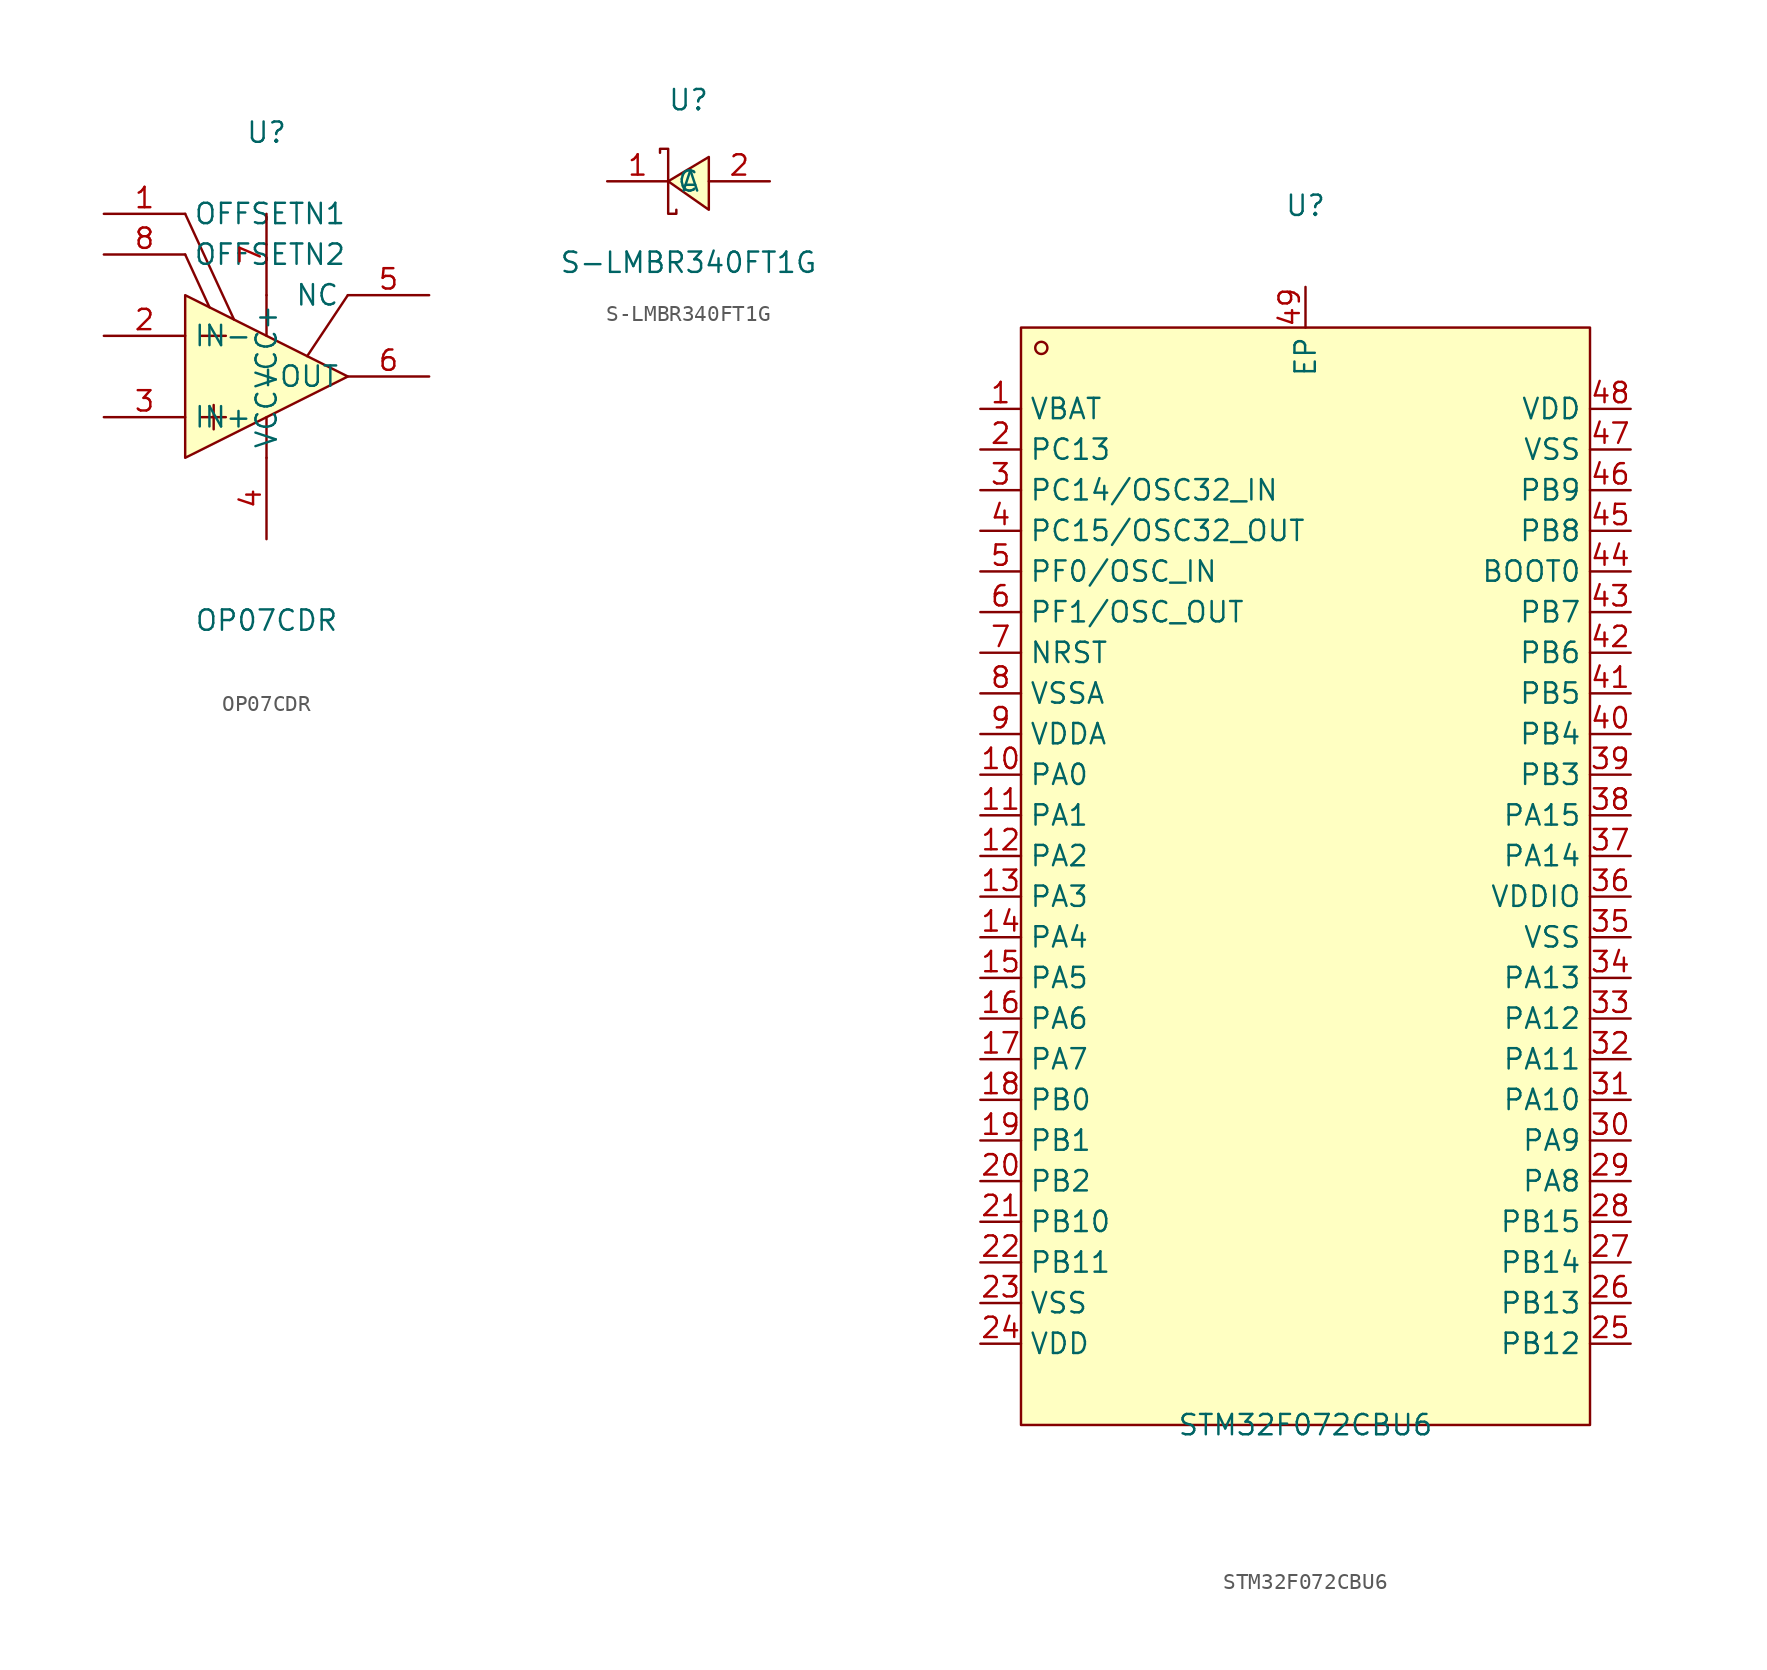
<source format=kicad_sym>
(kicad_symbol_lib
  (version 20231120)
  (generator "kicad_symbol_editor")
  (generator_version "8.0")
  (symbol "OP07CDR"
    (property "Reference" "U"
      (at 0 13.97 0)
      (effects (font (size 1.27 1.27))))
    (property "Value" "OP07CDR"
      (at 0 -16.51 0)
      (effects (font (size 1.27 1.27))))
    (symbol "OP07CDR_0_1"
      (polyline (pts (xy -4.06 -3.81) (xy -2.54 -3.81)) (stroke (width 0) (type default)) (fill (type none)))
      (polyline (pts (xy -4.06 1.27) (xy -2.54 1.27)) (stroke (width 0) (type default)) (fill (type none)))
      (polyline (pts (xy -3.56 3.05) (xy -5.08 6.35)) (stroke (width 0) (type default)) (fill (type none)))
      (polyline (pts (xy -3.3 -3.05) (xy -3.3 -4.57)) (stroke (width 0) (type default)) (fill (type none)))
      (polyline (pts (xy -2.03 2.29) (xy -5.08 8.89)) (stroke (width 0) (type default)) (fill (type none)))
      (polyline (pts (xy 0 -3.81) (xy 0 -6.35)) (stroke (width 0) (type default)) (fill (type none)))
      (polyline (pts (xy 0 3.81) (xy 0 1.27)) (stroke (width 0) (type default)) (fill (type none)))
      (polyline (pts (xy 5.08 3.81) (xy 2.54 0)) (stroke (width 0) (type default)) (fill (type none)))
      (polyline (pts (xy -5.08 -6.35) (xy 5.08 -1.27) (xy -5.08 3.81) (xy -5.08 -6.35)) (stroke (width 0) (type default)) (fill (type background)))
      (pin unspecified line (at -10.16 8.89 0) (length 5.08) (name "OFFSETN1" (effects (font (size 1.27 1.27)))) (number "1" (effects (font (size 1.27 1.27)))))
      (pin unspecified line (at -10.16 1.27 0) (length 5.08) (name "IN-" (effects (font (size 1.27 1.27)))) (number "2" (effects (font (size 1.27 1.27)))))
      (pin unspecified line (at -10.16 -3.81 0) (length 5.08) (name "IN+" (effects (font (size 1.27 1.27)))) (number "3" (effects (font (size 1.27 1.27)))))
      (pin power_in line (at 0 -11.43 90) (length 5.08) (name "VCC-" (effects (font (size 1.27 1.27)))) (number "4" (effects (font (size 1.27 1.27)))))
      (pin unspecified line (at 10.16 3.81 180) (length 5.08) (name "NC" (effects (font (size 1.27 1.27)))) (number "5" (effects (font (size 1.27 1.27)))))
      (pin output line (at 10.16 -1.27 180) (length 5.08) (name "OUT" (effects (font (size 1.27 1.27)))) (number "6" (effects (font (size 1.27 1.27)))))
      (pin power_in line (at 0 8.89 270) (length 5.08) (name "VCC+" (effects (font (size 1.27 1.27)))) (number "7" (effects (font (size 1.27 1.27)))))
      (pin unspecified line (at -10.16 6.35 0) (length 5.08) (name "OFFSETN2" (effects (font (size 1.27 1.27)))) (number "8" (effects (font (size 1.27 1.27)))))))
  (symbol "S-LMBR340FT1G"
    (property "Reference" "U"
      (at 0 5.08 0)
      (effects (font (size 1.27 1.27))))
    (property "Value" "S-LMBR340FT1G"
      (at 0 -5.08 0)
      (effects (font (size 1.27 1.27))))
    (symbol "S-LMBR340FT1G_0_1"
      (polyline (pts (xy 1.27 1.52) (xy -1.27 -0.00) (xy 1.27 -1.78) (xy 1.27 1.52)) (stroke (width 0) (type default) (color 0 0 0 0)) (fill (type background)))
      (polyline (pts (xy -1.78 1.78) (xy -1.78 2.03) (xy -1.27 2.03) (xy -1.27 -2.03) (xy -0.76 -2.03) (xy -0.76 -1.78)) (stroke (width 0) (type default) (color 0 0 0 0)) (fill (type none)))
      (pin unspecified line (at -5.08 -0.00 0) (length 3.81) (name "C" (effects (font (size 1.27 1.27)))) (number "1" (effects (font (size 1.27 1.27)))))
      (pin unspecified line (at 5.08 -0.00 180) (length 3.81) (name "A" (effects (font (size 1.27 1.27)))) (number "2" (effects (font (size 1.27 1.27)))))))
  (symbol "STM32F072CBU6"
    (property "Reference" "U"
      (at 0 41.91 0)
      (effects (font (size 1.27 1.27))))
    (property "Value" "STM32F072CBU6"
      (at 0 -34.29 0)
      (effects (font (size 1.27 1.27))))
    (symbol "STM32F072CBU6_0_1"
      (rectangle (start -17.78 34.29) (end 17.78 -34.29) (stroke (width 0) (type default)) (fill (type background)))
      (circle (center -16.51 33.02) (radius 0.38) (stroke (width 0) (type default)) (fill (type none)))
      (pin unspecified line (at -20.32 29.21 0) (length 2.54) (name "VBAT" (effects (font (size 1.27 1.27)))) (number "1" (effects (font (size 1.27 1.27)))))
      (pin unspecified line (at -20.32 6.35 0) (length 2.54) (name "PA0" (effects (font (size 1.27 1.27)))) (number "10" (effects (font (size 1.27 1.27)))))
      (pin unspecified line (at -20.32 3.81 0) (length 2.54) (name "PA1" (effects (font (size 1.27 1.27)))) (number "11" (effects (font (size 1.27 1.27)))))
      (pin unspecified line (at -20.32 1.27 0) (length 2.54) (name "PA2" (effects (font (size 1.27 1.27)))) (number "12" (effects (font (size 1.27 1.27)))))
      (pin unspecified line (at -20.32 -1.27 0) (length 2.54) (name "PA3" (effects (font (size 1.27 1.27)))) (number "13" (effects (font (size 1.27 1.27)))))
      (pin unspecified line (at -20.32 -3.81 0) (length 2.54) (name "PA4" (effects (font (size 1.27 1.27)))) (number "14" (effects (font (size 1.27 1.27)))))
      (pin unspecified line (at -20.32 -6.35 0) (length 2.54) (name "PA5" (effects (font (size 1.27 1.27)))) (number "15" (effects (font (size 1.27 1.27)))))
      (pin unspecified line (at -20.32 -8.89 0) (length 2.54) (name "PA6" (effects (font (size 1.27 1.27)))) (number "16" (effects (font (size 1.27 1.27)))))
      (pin unspecified line (at -20.32 -11.43 0) (length 2.54) (name "PA7" (effects (font (size 1.27 1.27)))) (number "17" (effects (font (size 1.27 1.27)))))
      (pin unspecified line (at -20.32 -13.97 0) (length 2.54) (name "PB0" (effects (font (size 1.27 1.27)))) (number "18" (effects (font (size 1.27 1.27)))))
      (pin unspecified line (at -20.32 -16.51 0) (length 2.54) (name "PB1" (effects (font (size 1.27 1.27)))) (number "19" (effects (font (size 1.27 1.27)))))
      (pin unspecified line (at -20.32 26.67 0) (length 2.54) (name "PC13" (effects (font (size 1.27 1.27)))) (number "2" (effects (font (size 1.27 1.27)))))
      (pin unspecified line (at -20.32 -19.05 0) (length 2.54) (name "PB2" (effects (font (size 1.27 1.27)))) (number "20" (effects (font (size 1.27 1.27)))))
      (pin unspecified line (at -20.32 -21.59 0) (length 2.54) (name "PB10" (effects (font (size 1.27 1.27)))) (number "21" (effects (font (size 1.27 1.27)))))
      (pin unspecified line (at -20.32 -24.13 0) (length 2.54) (name "PB11" (effects (font (size 1.27 1.27)))) (number "22" (effects (font (size 1.27 1.27)))))
      (pin unspecified line (at -20.32 -26.67 0) (length 2.54) (name "VSS" (effects (font (size 1.27 1.27)))) (number "23" (effects (font (size 1.27 1.27)))))
      (pin unspecified line (at -20.32 -29.21 0) (length 2.54) (name "VDD" (effects (font (size 1.27 1.27)))) (number "24" (effects (font (size 1.27 1.27)))))
      (pin unspecified line (at 20.32 -29.21 180) (length 2.54) (name "PB12" (effects (font (size 1.27 1.27)))) (number "25" (effects (font (size 1.27 1.27)))))
      (pin unspecified line (at 20.32 -26.67 180) (length 2.54) (name "PB13" (effects (font (size 1.27 1.27)))) (number "26" (effects (font (size 1.27 1.27)))))
      (pin unspecified line (at 20.32 -24.13 180) (length 2.54) (name "PB14" (effects (font (size 1.27 1.27)))) (number "27" (effects (font (size 1.27 1.27)))))
      (pin unspecified line (at 20.32 -21.59 180) (length 2.54) (name "PB15" (effects (font (size 1.27 1.27)))) (number "28" (effects (font (size 1.27 1.27)))))
      (pin unspecified line (at 20.32 -19.05 180) (length 2.54) (name "PA8" (effects (font (size 1.27 1.27)))) (number "29" (effects (font (size 1.27 1.27)))))
      (pin unspecified line (at -20.32 24.13 0) (length 2.54) (name "PC14/OSC32_IN" (effects (font (size 1.27 1.27)))) (number "3" (effects (font (size 1.27 1.27)))))
      (pin unspecified line (at 20.32 -16.51 180) (length 2.54) (name "PA9" (effects (font (size 1.27 1.27)))) (number "30" (effects (font (size 1.27 1.27)))))
      (pin unspecified line (at 20.32 -13.97 180) (length 2.54) (name "PA10" (effects (font (size 1.27 1.27)))) (number "31" (effects (font (size 1.27 1.27)))))
      (pin unspecified line (at 20.32 -11.43 180) (length 2.54) (name "PA11" (effects (font (size 1.27 1.27)))) (number "32" (effects (font (size 1.27 1.27)))))
      (pin unspecified line (at 20.32 -8.89 180) (length 2.54) (name "PA12" (effects (font (size 1.27 1.27)))) (number "33" (effects (font (size 1.27 1.27)))))
      (pin unspecified line (at 20.32 -6.35 180) (length 2.54) (name "PA13" (effects (font (size 1.27 1.27)))) (number "34" (effects (font (size 1.27 1.27)))))
      (pin unspecified line (at 20.32 -3.81 180) (length 2.54) (name "VSS" (effects (font (size 1.27 1.27)))) (number "35" (effects (font (size 1.27 1.27)))))
      (pin unspecified line (at 20.32 -1.27 180) (length 2.54) (name "VDDIO" (effects (font (size 1.27 1.27)))) (number "36" (effects (font (size 1.27 1.27)))))
      (pin unspecified line (at 20.32 1.27 180) (length 2.54) (name "PA14" (effects (font (size 1.27 1.27)))) (number "37" (effects (font (size 1.27 1.27)))))
      (pin unspecified line (at 20.32 3.81 180) (length 2.54) (name "PA15" (effects (font (size 1.27 1.27)))) (number "38" (effects (font (size 1.27 1.27)))))
      (pin unspecified line (at 20.32 6.35 180) (length 2.54) (name "PB3" (effects (font (size 1.27 1.27)))) (number "39" (effects (font (size 1.27 1.27)))))
      (pin unspecified line (at -20.32 21.59 0) (length 2.54) (name "PC15/OSC32_OUT" (effects (font (size 1.27 1.27)))) (number "4" (effects (font (size 1.27 1.27)))))
      (pin unspecified line (at 20.32 8.89 180) (length 2.54) (name "PB4" (effects (font (size 1.27 1.27)))) (number "40" (effects (font (size 1.27 1.27)))))
      (pin unspecified line (at 20.32 11.43 180) (length 2.54) (name "PB5" (effects (font (size 1.27 1.27)))) (number "41" (effects (font (size 1.27 1.27)))))
      (pin unspecified line (at 20.32 13.97 180) (length 2.54) (name "PB6" (effects (font (size 1.27 1.27)))) (number "42" (effects (font (size 1.27 1.27)))))
      (pin unspecified line (at 20.32 16.51 180) (length 2.54) (name "PB7" (effects (font (size 1.27 1.27)))) (number "43" (effects (font (size 1.27 1.27)))))
      (pin unspecified line (at 20.32 19.05 180) (length 2.54) (name "BOOT0" (effects (font (size 1.27 1.27)))) (number "44" (effects (font (size 1.27 1.27)))))
      (pin unspecified line (at 20.32 21.59 180) (length 2.54) (name "PB8" (effects (font (size 1.27 1.27)))) (number "45" (effects (font (size 1.27 1.27)))))
      (pin unspecified line (at 20.32 24.13 180) (length 2.54) (name "PB9" (effects (font (size 1.27 1.27)))) (number "46" (effects (font (size 1.27 1.27)))))
      (pin unspecified line (at 20.32 26.67 180) (length 2.54) (name "VSS" (effects (font (size 1.27 1.27)))) (number "47" (effects (font (size 1.27 1.27)))))
      (pin unspecified line (at 20.32 29.21 180) (length 2.54) (name "VDD" (effects (font (size 1.27 1.27)))) (number "48" (effects (font (size 1.27 1.27)))))
      (pin unspecified line (at 0 36.83 270) (length 2.54) (name "EP" (effects (font (size 1.27 1.27)))) (number "49" (effects (font (size 1.27 1.27)))))
      (pin unspecified line (at -20.32 19.05 0) (length 2.54) (name "PF0/OSC_IN" (effects (font (size 1.27 1.27)))) (number "5" (effects (font (size 1.27 1.27)))))
      (pin unspecified line (at -20.32 16.51 0) (length 2.54) (name "PF1/OSC_OUT" (effects (font (size 1.27 1.27)))) (number "6" (effects (font (size 1.27 1.27)))))
      (pin unspecified line (at -20.32 13.97 0) (length 2.54) (name "NRST" (effects (font (size 1.27 1.27)))) (number "7" (effects (font (size 1.27 1.27)))))
      (pin unspecified line (at -20.32 11.43 0) (length 2.54) (name "VSSA" (effects (font (size 1.27 1.27)))) (number "8" (effects (font (size 1.27 1.27)))))
      (pin unspecified line (at -20.32 8.89 0) (length 2.54) (name "VDDA" (effects (font (size 1.27 1.27)))) (number "9" (effects (font (size 1.27 1.27))))))))
</source>
